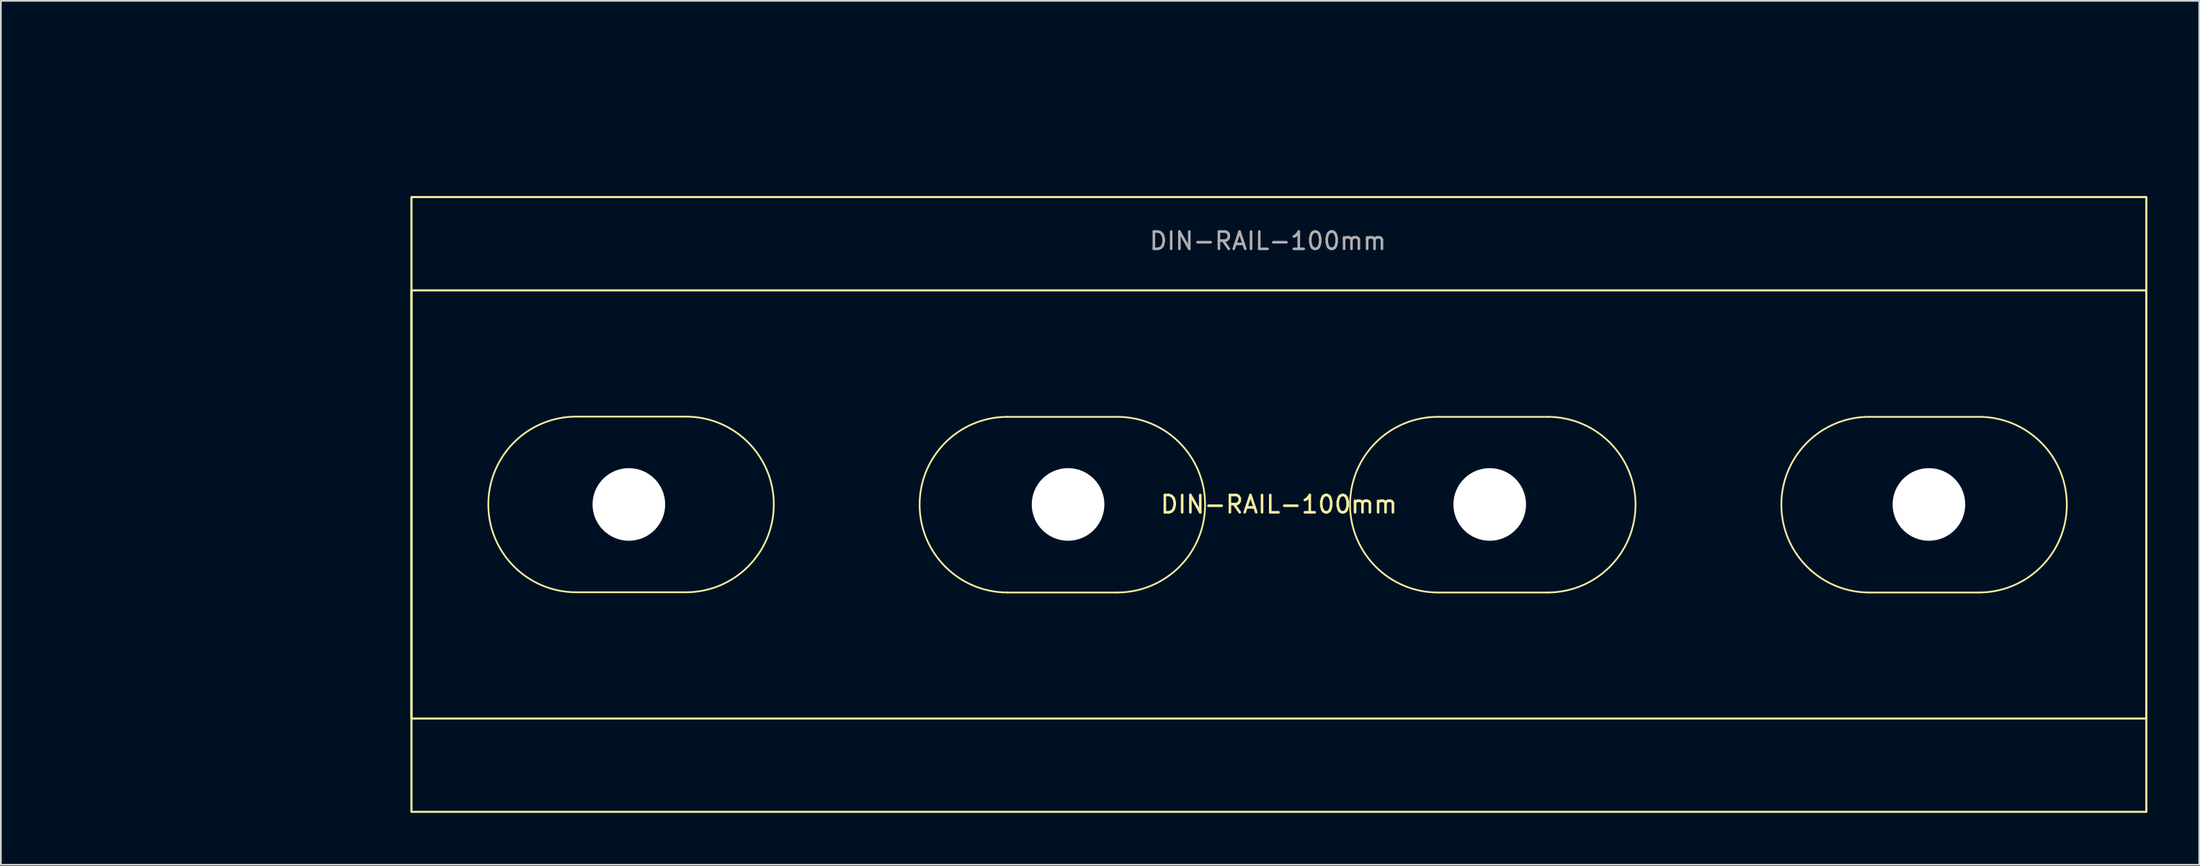
<source format=kicad_pcb>
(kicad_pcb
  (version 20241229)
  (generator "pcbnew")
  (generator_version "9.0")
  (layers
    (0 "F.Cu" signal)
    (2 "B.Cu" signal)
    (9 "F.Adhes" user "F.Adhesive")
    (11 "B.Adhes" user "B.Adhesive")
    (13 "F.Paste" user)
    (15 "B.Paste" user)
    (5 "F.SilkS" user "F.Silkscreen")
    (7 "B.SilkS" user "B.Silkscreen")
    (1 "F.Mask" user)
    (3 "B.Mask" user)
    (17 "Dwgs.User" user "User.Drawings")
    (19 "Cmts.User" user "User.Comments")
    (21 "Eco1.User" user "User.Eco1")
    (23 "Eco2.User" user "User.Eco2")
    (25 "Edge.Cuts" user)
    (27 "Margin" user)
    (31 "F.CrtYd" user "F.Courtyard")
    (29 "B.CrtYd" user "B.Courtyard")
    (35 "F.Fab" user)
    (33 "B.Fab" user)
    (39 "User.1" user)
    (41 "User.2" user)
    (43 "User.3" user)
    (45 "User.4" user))
  (footprint "DIN-RAIL-100mm"
    (layer "F.Cu")
    (at 70.91 26.128)
    (property "Reference" "DIN-RAIL-100mm" (at 0 0 0) (layer "F.SilkS") (effects (font (size 1 1) (thickness 0.15))))
    (attr smd)
    (fp_line (start -40.64 -5.08) (end -34.29 -5.08) (stroke (width 0.1) (type default)) (layer "F.SilkS"))
    (fp_line (start -40.64 5.08) (end -34.29 5.08) (stroke (width 0.1) (type default)) (layer "F.SilkS"))
    (fp_line (start -15.697 -5.067) (end -9.347 -5.067) (stroke (width 0.1) (type default)) (layer "F.SilkS"))
    (fp_line (start -15.697 5.093) (end -9.347 5.093) (stroke (width 0.1) (type default)) (layer "F.SilkS"))
    (fp_line (start 9.195 -5.067) (end 15.545 -5.067) (stroke (width 0.1) (type default)) (layer "F.SilkS"))
    (fp_line (start 9.195 5.093) (end 15.545 5.093) (stroke (width 0.1) (type default)) (layer "F.SilkS"))
    (fp_line (start 34.138 -5.067) (end 40.488 -5.067) (stroke (width 0.1) (type default)) (layer "F.SilkS"))
    (fp_line (start 34.138 5.093) (end 40.488 5.093) (stroke (width 0.1) (type default)) (layer "F.SilkS"))
    (fp_rect (start -50.165 -17.78) (end 50.165 17.78) (stroke (width 0.12) (type default)) (fill no) (layer "F.SilkS"))
    (fp_rect (start -50.165 -12.383) (end 50.165 12.383) (stroke (width 0.12) (type default)) (fill no) (layer "F.SilkS"))
    (fp_arc (start -40.64 5.08) (mid -45.72 0) (end -40.64 -5.08) (stroke (width 0.1) (type default)) (layer "F.SilkS"))
    (fp_arc (start -34.29 -5.08) (mid -29.21 0) (end -34.29 5.08) (stroke (width 0.1) (type default)) (layer "F.SilkS"))
    (fp_arc (start -15.6972 5.0927) (mid -20.7772 0.0127) (end -15.6972 -5.0673) (stroke (width 0.1) (type default)) (layer "F.SilkS"))
    (fp_arc (start -9.3472 -5.0673) (mid -4.2672 0.0127) (end -9.3472 5.0927) (stroke (width 0.1) (type default)) (layer "F.SilkS"))
    (fp_arc (start 9.1948 5.0927) (mid 4.1148 0.0127) (end 9.1948 -5.0673) (stroke (width 0.1) (type default)) (layer "F.SilkS"))
    (fp_arc (start 15.5448 -5.0673) (mid 20.6248 0.0127) (end 15.5448 5.0927) (stroke (width 0.1) (type default)) (layer "F.SilkS"))
    (fp_arc (start 34.1376 5.0927) (mid 29.0576 0.0127) (end 34.1376 -5.0673) (stroke (width 0.1) (type default)) (layer "F.SilkS"))
    (fp_arc (start 40.4876 -5.0673) (mid 45.5676 0.0127) (end 40.4876 5.0927) (stroke (width 0.1) (type default)) (layer "F.SilkS"))
    (fp_rect (start -46.533 -5.397) (end -28.626 5.397) (stroke (width 0.12) (type default)) (fill no) (layer "User.5"))
    (fp_rect (start -21.59 -5.385) (end -3.683 5.41) (stroke (width 0.12) (type default)) (fill no) (layer "User.5"))
    (fp_rect (start 3.302 -5.385) (end 21.209 5.41) (stroke (width 0.12) (type default)) (fill no) (layer "User.5"))
    (fp_rect (start 28.245 -5.334) (end 46.152 5.461) (stroke (width 0.12) (type default)) (fill no) (layer "User.5"))
    (fp_text user "${REFERENCE}" (at -0.635 -15.24 0) (layer "F.Fab") (effects (font (size 1 1) (thickness 0.15))))
    (dimension (type aligned) (layer "User.1") (pts (xy 20.77 20.313) (xy 24.402 20.313)) (height -2.008) (format (prefix "") (suffix "") (units 3) (units_format 1) (precision 4)) (style (thickness 0.1) (arrow_length 1.27) (text_position_mode 0) (arrow_direction outward) (extension_height 0.586) (extension_offset 0.5) (keep_text_aligned yes)) (gr_text "3.6322 mm" (at 22.586 17.155 0) (layer "User.1") (effects (font (size 1 1) (thickness 0.15)))))
    (dimension (type aligned) (layer "User.1") (pts (xy 20.745 8.348) (xy 20.745 43.908)) (height 14.66) (format (prefix "") (suffix "") (units 3) (units_format 1) (precision 4)) (style (thickness 0.12) (arrow_length 1.27) (text_position_mode 0) (arrow_direction outward) (extension_height 0.586) (extension_offset 0.5) (keep_text_aligned yes)) (gr_text "35.5600 mm" (at 4.935 26.128 90) (layer "User.1") (effects (font (size 1 1) (thickness 0.15)))))
    (dimension (type aligned) (layer "User.1") (pts (xy 20.745 8.983) (xy 121.075 8.983)) (height -6.985) (format (prefix "") (suffix "") (units 3) (units_format 1) (precision 4)) (style (thickness 0.12) (arrow_length 1.27) (text_position_mode 0) (arrow_direction outward) (extension_height 0.586) (extension_offset 0.5) (keep_text_aligned yes)) (gr_text "100.3300 mm" (at 70.91 0.848 0) (layer "User.1") (effects (font (size 1 1) (thickness 0.15)))))
    (dimension (type aligned) (layer "User.1") (pts (xy 24.402 20.313) (xy 42.309 20.313)) (height -2.008) (format (prefix "") (suffix "") (units 3) (units_format 1) (precision 4)) (style (thickness 0.1) (arrow_length 1.27) (text_position_mode 0) (arrow_direction outward) (extension_height 0.586) (extension_offset 0.5) (keep_text_aligned yes)) (gr_text "17.9070 mm" (at 33.356 17.155 0) (layer "User.1") (effects (font (size 1 1) (thickness 0.15)))))
    (dimension (type aligned) (layer "User.1") (pts (xy 42.309 20.313) (xy 49.32 20.313)) (height -2.008) (format (prefix "") (suffix "") (units 3) (units_format 1) (precision 4)) (style (thickness 0.1) (arrow_length 1.27) (text_position_mode 0) (arrow_direction outward) (extension_height 0.586) (extension_offset 0.5) (keep_text_aligned yes)) (gr_text "7.0104 mm" (at 45.814 17.155 0) (layer "User.1") (effects (font (size 1 1) (thickness 0.15)))))
    (dimension (type aligned) (layer "User.1") (pts (xy 67.201 20.743) (xy 74.212 20.743)) (height -2.008) (format (prefix "") (suffix "") (units 3) (units_format 1) (precision 4)) (style (thickness 0.1) (arrow_length 1.27) (text_position_mode 0) (arrow_direction outward) (extension_height 0.586) (extension_offset 0.5) (keep_text_aligned yes)) (gr_text "7.0104 mm" (at 70.706 17.585 0) (layer "User.1") (effects (font (size 1 1) (thickness 0.15)))))
    (dimension (type aligned) (layer "User.1") (pts (xy 20.745 13.746) (xy 20.745 38.511)) (height 5.911) (format (prefix "") (suffix "") (units 3) (units_format 1) (precision 4)) (style (thickness 0.12) (arrow_length 1.27) (text_position_mode 0) (arrow_direction outward) (extension_height 0.586) (extension_offset 0.5) (keep_text_aligned yes)) (gr_text "24.7650 mm" (at 13.684 26.128 90) (layer "User.1") (effects (font (size 1 1) (thickness 0.15)))))
    (dimension (type aligned) (layer "User.1") (pts (xy 92.144 19.957) (xy 99.154 19.957)) (height -2.008) (format (prefix "") (suffix "") (units 3) (units_format 1) (precision 4)) (style (thickness 0.1) (arrow_length 1.27) (text_position_mode 0) (arrow_direction outward) (extension_height 0.586) (extension_offset 0.5) (keep_text_aligned yes)) (gr_text "7.0104 mm" (at 95.649 16.799 0) (layer "User.1") (effects (font (size 1 1) (thickness 0.15)))))
    (pad "" np_thru_hole circle (at -37.592 0) (size 4.2 4.2) (drill 4.2) (layers "*.Cu" "*.Mask"))
    (pad "" np_thru_hole circle (at -12.192 0) (size 4.2 4.2) (drill 4.2) (layers "*.Cu" "*.Mask"))
    (pad "" np_thru_hole circle (at 12.192 0) (size 4.2 4.2) (drill 4.2) (layers "*.Cu" "*.Mask"))
    (pad "" np_thru_hole circle (at 37.592 0) (size 4.2 4.2) (drill 4.2) (layers "*.Cu" "*.Mask")))
  (gr_rect
    (start -3 -3)
    (end 124.135 46.968)
    (stroke (width 0.1) (type default))
    (fill no)
    (layer "Edge.Cuts")))
</source>
